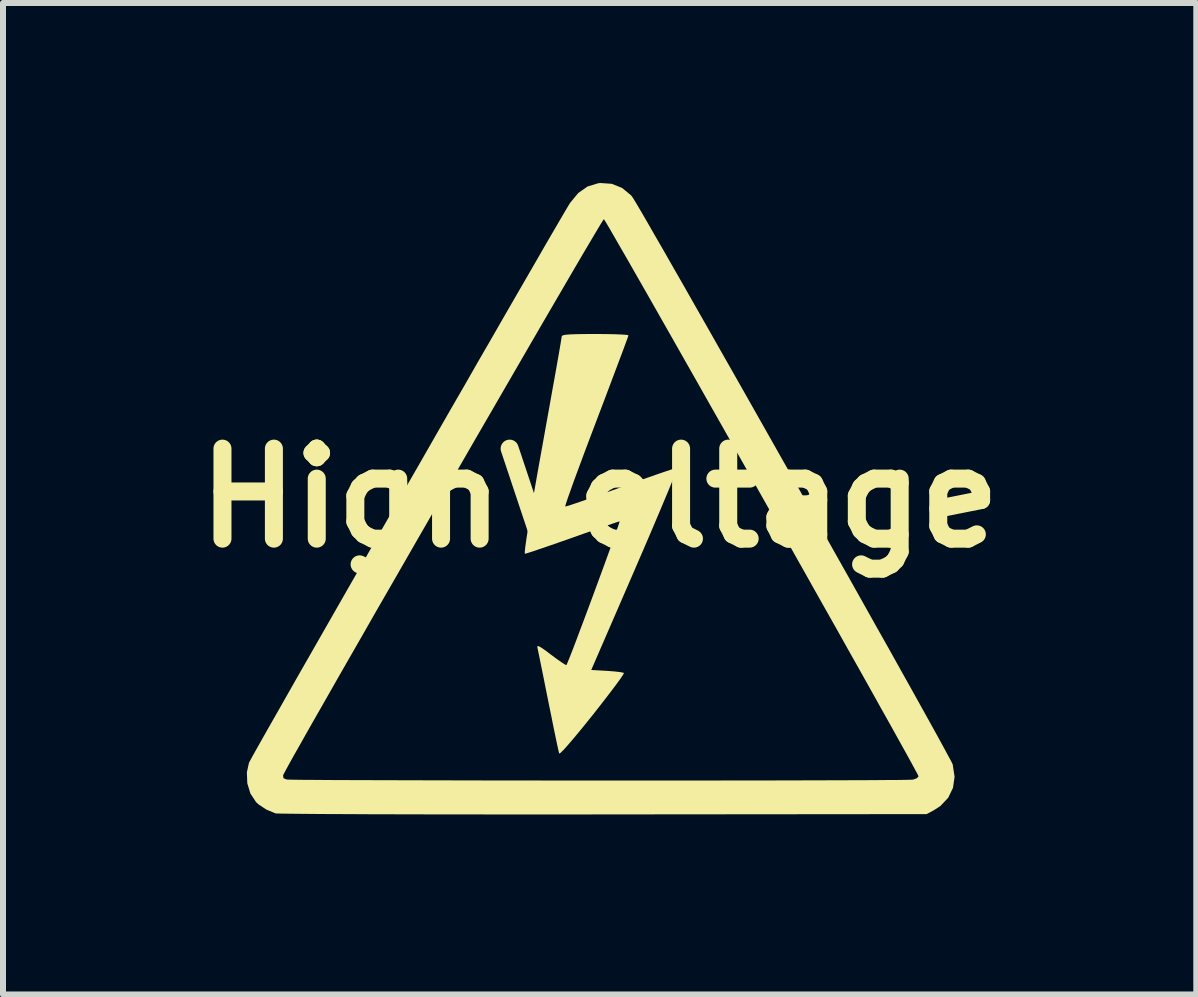
<source format=kicad_pcb>
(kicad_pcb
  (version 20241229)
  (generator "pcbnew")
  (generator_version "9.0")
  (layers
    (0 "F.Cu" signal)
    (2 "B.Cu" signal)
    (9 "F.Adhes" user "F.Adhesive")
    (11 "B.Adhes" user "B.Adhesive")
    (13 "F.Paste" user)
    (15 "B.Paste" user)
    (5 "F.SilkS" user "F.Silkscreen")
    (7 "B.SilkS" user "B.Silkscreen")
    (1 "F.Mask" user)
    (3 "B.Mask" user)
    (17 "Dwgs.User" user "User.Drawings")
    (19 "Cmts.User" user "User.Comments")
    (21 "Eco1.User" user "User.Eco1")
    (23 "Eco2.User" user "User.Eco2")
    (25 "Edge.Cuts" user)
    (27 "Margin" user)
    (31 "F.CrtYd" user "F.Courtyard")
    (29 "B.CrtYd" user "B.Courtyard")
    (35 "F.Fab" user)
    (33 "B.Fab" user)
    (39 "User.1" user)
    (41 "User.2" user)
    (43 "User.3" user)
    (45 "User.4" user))
  (footprint "HighVoltage"
    (layer "F.Cu")
    (at 6.943 5.248)
    (property "Reference" "HighVoltage" (at 0 0 0) (layer "F.SilkS") (effects (font (size 1.5 1.5) (thickness 0.3))))
    (attr board_only exclude_from_pos_files exclude_from_bom)
    (fp_poly (pts (xy 0.1 -2.731) (xy 0.253 -2.728) (xy 0.373 -2.723) (xy 0.452 -2.717) (xy 0.48 -2.71) (xy 0.47 -2.678) (xy 0.44 -2.596) (xy 0.393 -2.468) (xy 0.33 -2.301) (xy 0.254 -2.099) (xy 0.167 -1.868) (xy 0.071 -1.613) (xy -0.033 -1.34) (xy -0.057 -1.276) (xy -0.162 -1) (xy -0.259 -0.742) (xy -0.346 -0.507) (xy -0.423 -0.3) (xy -0.485 -0.126) (xy -0.533 0.009) (xy -0.563 0.1) (xy -0.574 0.141) (xy -0.573 0.143) (xy -0.541 0.135) (xy -0.458 0.109) (xy -0.334 0.067) (xy -0.173 0.011) (xy 0.016 -0.056) (xy 0.228 -0.132) (xy 0.36 -0.18) (xy 0.582 -0.26) (xy 0.785 -0.333) (xy 0.964 -0.396) (xy 1.111 -0.446) (xy 1.219 -0.482) (xy 1.282 -0.501) (xy 1.295 -0.504) (xy 1.287 -0.475) (xy 1.258 -0.397) (xy 1.208 -0.273) (xy 1.14 -0.108) (xy 1.056 0.093) (xy 0.958 0.325) (xy 0.848 0.584) (xy 0.728 0.864) (xy 0.599 1.162) (xy 0.589 1.186) (xy -0.14 2.867) (xy 0.123 2.882) (xy 0.243 2.891) (xy 0.339 2.902) (xy 0.396 2.913) (xy 0.405 2.917) (xy 0.392 2.944) (xy 0.346 3.013) (xy 0.271 3.116) (xy 0.172 3.247) (xy 0.053 3.402) (xy -0.081 3.573) (xy -0.117 3.619) (xy -0.272 3.811) (xy -0.406 3.974) (xy -0.517 4.104) (xy -0.6 4.198) (xy -0.654 4.25) (xy -0.674 4.26) (xy -0.684 4.22) (xy -0.704 4.13) (xy -0.732 3.997) (xy -0.767 3.829) (xy -0.806 3.633) (xy -0.85 3.419) (xy -0.855 3.393) (xy -0.899 3.175) (xy -0.939 2.973) (xy -0.975 2.797) (xy -1.004 2.653) (xy -1.025 2.551) (xy -1.036 2.499) (xy -1.037 2.497) (xy -1.038 2.471) (xy -1.018 2.469) (xy -0.97 2.496) (xy -0.887 2.554) (xy -0.81 2.613) (xy -0.707 2.689) (xy -0.623 2.747) (xy -0.569 2.781) (xy -0.554 2.785) (xy -0.539 2.753) (xy -0.506 2.673) (xy -0.458 2.551) (xy -0.398 2.394) (xy -0.329 2.21) (xy -0.252 2.006) (xy -0.171 1.789) (xy -0.088 1.565) (xy -0.006 1.342) (xy 0.073 1.127) (xy 0.146 0.926) (xy 0.211 0.747) (xy 0.264 0.597) (xy 0.304 0.483) (xy 0.327 0.412) (xy 0.332 0.39) (xy 0.3 0.4) (xy 0.218 0.427) (xy 0.095 0.469) (xy -0.062 0.524) (xy -0.246 0.588) (xy -0.448 0.66) (xy -0.45 0.661) (xy -0.653 0.732) (xy -0.839 0.797) (xy -0.998 0.851) (xy -1.124 0.894) (xy -1.21 0.921) (xy -1.246 0.931) (xy -1.246 0.931) (xy -1.248 0.902) (xy -1.239 0.815) (xy -1.219 0.672) (xy -1.188 0.475) (xy -1.147 0.224) (xy -1.095 -0.079) (xy -1.033 -0.431) (xy -0.961 -0.833) (xy -0.955 -0.863) (xy -0.898 -1.184) (xy -0.843 -1.488) (xy -0.793 -1.769) (xy -0.747 -2.023) (xy -0.708 -2.243) (xy -0.676 -2.426) (xy -0.652 -2.566) (xy -0.637 -2.657) (xy -0.631 -2.694) (xy -0.631 -2.695) (xy -0.616 -2.709) (xy -0.569 -2.719) (xy -0.482 -2.726) (xy -0.35 -2.73) (xy -0.166 -2.732) (xy -0.075 -2.732)) (stroke (width 0) (type solid)) (fill yes) (layer "F.SilkS"))
    (fp_poly (pts (xy 0.202 -5.235) (xy 0.374 -5.166) (xy 0.522 -5.044) (xy 0.538 -5.025) (xy 0.564 -4.986) (xy 0.617 -4.898) (xy 0.696 -4.764) (xy 0.798 -4.588) (xy 0.922 -4.372) (xy 1.067 -4.121) (xy 1.229 -3.837) (xy 1.409 -3.523) (xy 1.602 -3.183) (xy 1.809 -2.82) (xy 2.026 -2.437) (xy 2.253 -2.038) (xy 2.487 -1.625) (xy 2.726 -1.203) (xy 2.969 -0.773) (xy 3.214 -0.34) (xy 3.458 0.094) (xy 3.701 0.524) (xy 3.94 0.949) (xy 4.174 1.364) (xy 4.4 1.767) (xy 4.617 2.154) (xy 4.824 2.521) (xy 5.017 2.867) (xy 5.196 3.187) (xy 5.358 3.478) (xy 5.502 3.737) (xy 5.626 3.961) (xy 5.727 4.146) (xy 5.805 4.29) (xy 5.858 4.388) (xy 5.883 4.439) (xy 5.884 4.443) (xy 5.915 4.646) (xy 5.888 4.832) (xy 5.808 4.997) (xy 5.677 5.135) (xy 5.569 5.205) (xy 5.449 5.269) (xy 0.06 5.274) (xy -0.505 5.275) (xy -1.055 5.275) (xy -1.586 5.275) (xy -2.095 5.274) (xy -2.58 5.274) (xy -3.037 5.273) (xy -3.463 5.272) (xy -3.855 5.271) (xy -4.21 5.269) (xy -4.525 5.268) (xy -4.796 5.266) (xy -5.022 5.264) (xy -5.198 5.262) (xy -5.323 5.26) (xy -5.391 5.258) (xy -5.404 5.256) (xy -5.557 5.192) (xy -5.687 5.105) (xy -5.726 5.069) (xy -5.82 4.926) (xy -5.872 4.755) (xy -5.877 4.622) (xy -5.275 4.622) (xy -5.27 4.67) (xy -5.219 4.692) (xy -5.18 4.694) (xy -5.084 4.696) (xy -4.935 4.698) (xy -4.738 4.699) (xy -4.496 4.701) (xy -4.212 4.702) (xy -3.892 4.703) (xy -3.538 4.704) (xy -3.154 4.705) (xy -2.744 4.706) (xy -2.311 4.707) (xy -1.861 4.708) (xy -1.395 4.708) (xy -0.919 4.709) (xy -0.435 4.709) (xy 0.052 4.709) (xy 0.538 4.709) (xy 1.021 4.709) (xy 1.495 4.709) (xy 1.958 4.709) (xy 2.405 4.708) (xy 2.833 4.708) (xy 3.238 4.707) (xy 3.616 4.706) (xy 3.963 4.705) (xy 4.276 4.704) (xy 4.551 4.703) (xy 4.784 4.701) (xy 4.971 4.7) (xy 5.109 4.698) (xy 5.194 4.696) (xy 5.22 4.695) (xy 5.285 4.672) (xy 5.314 4.641) (xy 5.314 4.639) (xy 5.3 4.608) (xy 5.257 4.529) (xy 5.189 4.403) (xy 5.097 4.236) (xy 4.982 4.029) (xy 4.847 3.786) (xy 4.692 3.51) (xy 4.522 3.205) (xy 4.336 2.873) (xy 4.136 2.518) (xy 3.926 2.143) (xy 3.705 1.752) (xy 3.477 1.347) (xy 3.243 0.931) (xy 3.005 0.509) (xy 2.764 0.082) (xy 2.523 -0.345) (xy 2.283 -0.769) (xy 2.046 -1.188) (xy 1.814 -1.597) (xy 1.589 -1.995) (xy 1.372 -2.377) (xy 1.166 -2.74) (xy 0.972 -3.081) (xy 0.792 -3.398) (xy 0.627 -3.686) (xy 0.481 -3.942) (xy 0.353 -4.164) (xy 0.247 -4.348) (xy 0.165 -4.49) (xy 0.107 -4.588) (xy 0.075 -4.639) (xy 0.07 -4.645) (xy 0.053 -4.621) (xy 0.007 -4.547) (xy -0.064 -4.428) (xy -0.16 -4.266) (xy -0.279 -4.065) (xy -0.418 -3.828) (xy -0.576 -3.557) (xy -0.751 -3.257) (xy -0.941 -2.931) (xy -1.145 -2.58) (xy -1.359 -2.21) (xy -1.584 -1.822) (xy -1.816 -1.421) (xy -2.055 -1.009) (xy -2.297 -0.589) (xy -2.542 -0.165) (xy -2.787 0.26) (xy -3.031 0.683) (xy -3.271 1.101) (xy -3.507 1.511) (xy -3.736 1.908) (xy -3.955 2.292) (xy -4.165 2.657) (xy -4.362 3.001) (xy -4.544 3.321) (xy -4.711 3.613) (xy -4.86 3.874) (xy -4.988 4.102) (xy -5.096 4.292) (xy -5.18 4.443) (xy -5.238 4.55) (xy -5.27 4.61) (xy -5.275 4.622) (xy -5.877 4.622) (xy -5.879 4.573) (xy -5.844 4.413) (xy -5.825 4.378) (xy -5.779 4.293) (xy -5.706 4.163) (xy -5.609 3.991) (xy -5.489 3.779) (xy -5.348 3.532) (xy -5.189 3.252) (xy -5.013 2.942) (xy -4.821 2.607) (xy -4.616 2.248) (xy -4.4 1.87) (xy -4.174 1.475) (xy -3.94 1.067) (xy -3.701 0.648) (xy -3.457 0.223) (xy -3.212 -0.205) (xy -2.965 -0.634) (xy -2.721 -1.061) (xy -2.48 -1.481) (xy -2.243 -1.891) (xy -2.015 -2.29) (xy -1.794 -2.672) (xy -1.585 -3.036) (xy -1.388 -3.377) (xy -1.206 -3.692) (xy -1.04 -3.979) (xy -0.893 -4.235) (xy -0.765 -4.454) (xy -0.659 -4.636) (xy -0.577 -4.776) (xy -0.521 -4.871) (xy -0.493 -4.916) (xy -0.357 -5.081) (xy -0.202 -5.19) (xy -0.025 -5.244) (xy 0.012 -5.248)) (stroke (width 0) (type solid)) (fill yes) (layer "F.SilkS")))
  (gr_rect
    (start -3 -3)
    (end 16.886 13.522)
    (stroke (width 0.1) (type default))
    (fill no)
    (layer "Edge.Cuts")))
</source>
